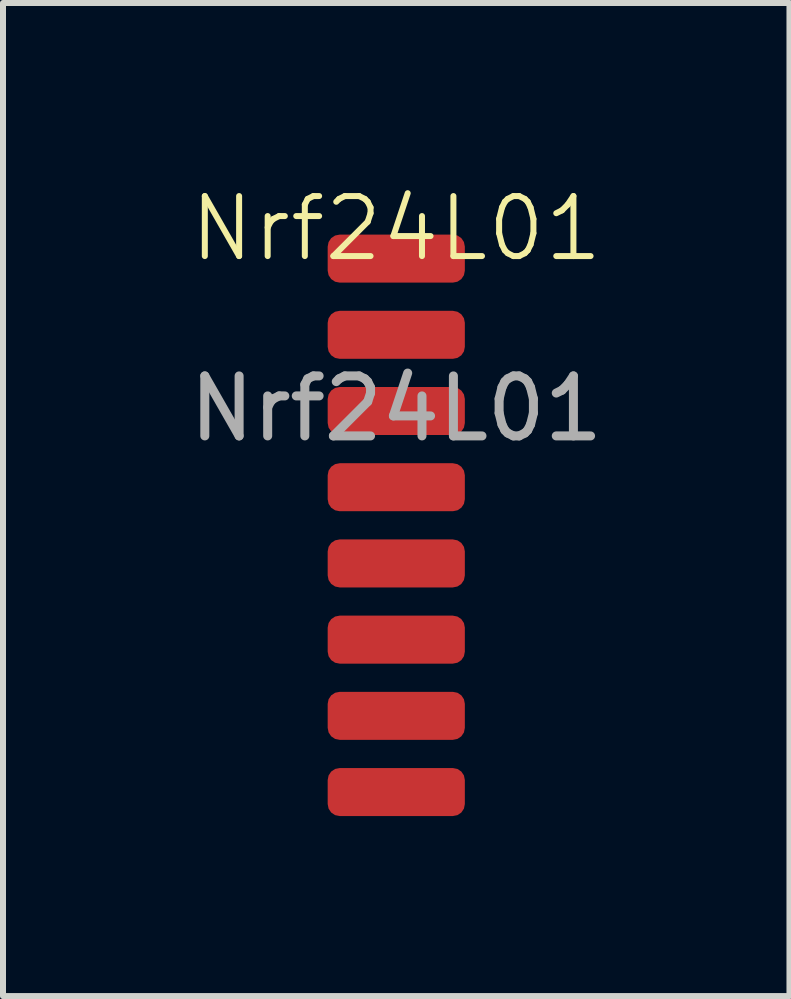
<source format=kicad_pcb>
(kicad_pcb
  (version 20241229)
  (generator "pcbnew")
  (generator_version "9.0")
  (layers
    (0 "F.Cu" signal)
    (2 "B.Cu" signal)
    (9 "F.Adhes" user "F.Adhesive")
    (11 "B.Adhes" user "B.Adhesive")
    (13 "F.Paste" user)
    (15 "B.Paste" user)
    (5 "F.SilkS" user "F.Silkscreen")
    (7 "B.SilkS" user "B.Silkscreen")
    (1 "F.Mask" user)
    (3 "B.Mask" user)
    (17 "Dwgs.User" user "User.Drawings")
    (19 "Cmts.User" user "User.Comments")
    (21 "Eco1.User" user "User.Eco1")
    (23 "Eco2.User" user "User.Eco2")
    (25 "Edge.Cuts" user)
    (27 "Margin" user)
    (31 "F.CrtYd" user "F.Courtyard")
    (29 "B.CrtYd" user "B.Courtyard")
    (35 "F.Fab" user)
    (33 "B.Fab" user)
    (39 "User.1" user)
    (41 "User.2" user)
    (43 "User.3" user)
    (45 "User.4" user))
  (footprint "Nrf24L01"
    (layer "F.Cu")
    (at 3.554 1.26)
    (property "Reference" "Nrf24L01" (at 0 -0.5 0) (unlocked yes) (layer "F.SilkS") (effects (font (size 1 1) (thickness 0.1))))
    (attr smd)
    (fp_text user "${REFERENCE}" (at 0 2.5 0) (unlocked yes) (layer "F.Fab") (effects (font (size 1 1) (thickness 0.15))))
    (pad "1" smd roundrect (at 0 0) (size 2.286 0.8) (layers "F.Cu" "F.Mask" "F.Paste") (roundrect_rratio 0.25))
    (pad "2" smd roundrect (at 0 1.27) (size 2.286 0.8) (layers "F.Cu" "F.Mask" "F.Paste") (roundrect_rratio 0.25))
    (pad "3" smd roundrect (at 0 2.54) (size 2.286 0.8) (layers "F.Cu" "F.Mask" "F.Paste") (roundrect_rratio 0.25))
    (pad "4" smd roundrect (at 0 3.81) (size 2.286 0.8) (layers "F.Cu" "F.Mask" "F.Paste") (roundrect_rratio 0.25))
    (pad "5" smd roundrect (at 0 5.08) (size 2.286 0.8) (layers "F.Cu" "F.Mask" "F.Paste") (roundrect_rratio 0.25))
    (pad "6" smd roundrect (at 0 6.35) (size 2.286 0.8) (layers "F.Cu" "F.Mask" "F.Paste") (roundrect_rratio 0.25))
    (pad "7" smd roundrect (at 0 7.62) (size 2.286 0.8) (layers "F.Cu" "F.Mask" "F.Paste") (roundrect_rratio 0.25))
    (pad "8" smd roundrect (at 0 8.89) (size 2.286 0.8) (layers "F.Cu" "F.Mask" "F.Paste") (roundrect_rratio 0.25)))
  (gr_rect
    (start -3 -3)
    (end 10.107 13.55)
    (stroke (width 0.1) (type default))
    (fill no)
    (layer "Edge.Cuts")))
</source>
